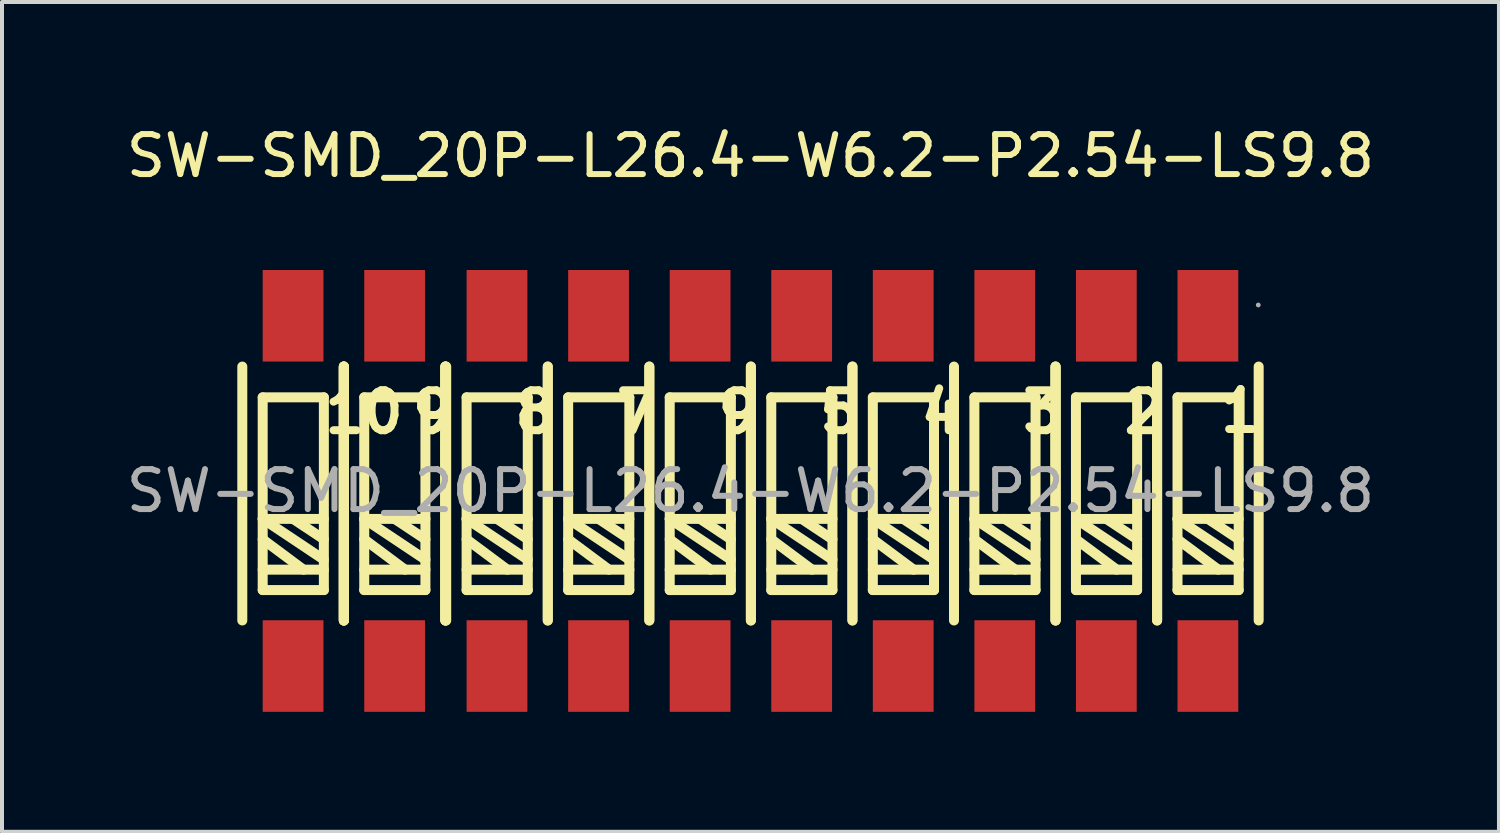
<source format=kicad_pcb>
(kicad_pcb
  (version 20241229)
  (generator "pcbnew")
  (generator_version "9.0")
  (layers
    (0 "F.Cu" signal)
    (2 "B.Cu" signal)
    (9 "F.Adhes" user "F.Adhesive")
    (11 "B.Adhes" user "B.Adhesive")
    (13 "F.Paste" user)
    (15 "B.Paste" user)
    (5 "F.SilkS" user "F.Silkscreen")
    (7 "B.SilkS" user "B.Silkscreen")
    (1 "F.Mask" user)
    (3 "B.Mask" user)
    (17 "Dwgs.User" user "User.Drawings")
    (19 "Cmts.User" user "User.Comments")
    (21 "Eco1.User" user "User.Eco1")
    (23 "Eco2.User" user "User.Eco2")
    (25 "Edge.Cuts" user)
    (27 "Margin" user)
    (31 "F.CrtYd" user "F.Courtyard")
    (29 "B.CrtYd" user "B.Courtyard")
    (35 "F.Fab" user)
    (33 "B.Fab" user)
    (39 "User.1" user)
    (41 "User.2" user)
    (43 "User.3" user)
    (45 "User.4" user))
  (footprint "SW-SMD_20P-L26.4-W6.2-P2.54-LS9.8"
    (layer "F.Cu")
    (at 15.72 9.228)
    (property "Reference" "SW-SMD_20P-L26.4-W6.2-P2.54-LS9.8" (at 0 -8.38 0) (layer "F.SilkS") (effects (font (size 1 1) (thickness 0.15))))
    (attr through_hole)
    (fp_line (start -12.71 3.24) (end -12.71 -3.11) (stroke (width 0.25) (type solid)) (layer "F.SilkS"))
    (fp_line (start -12.2 -2.34) (end -10.67 -2.34) (stroke (width 0.25) (type solid)) (layer "F.SilkS"))
    (fp_line (start -12.2 0.7) (end -10.67 0.7) (stroke (width 0.25) (type solid)) (layer "F.SilkS"))
    (fp_line (start -12.2 1.21) (end -11.18 1.97) (stroke (width 0.25) (type solid)) (layer "F.SilkS"))
    (fp_line (start -12.2 1.97) (end -10.67 1.97) (stroke (width 0.25) (type solid)) (layer "F.SilkS"))
    (fp_line (start -12.2 2.48) (end -12.2 -2.34) (stroke (width 0.25) (type solid)) (layer "F.SilkS"))
    (fp_line (start -11.44 0.7) (end -10.67 1.21) (stroke (width 0.25) (type solid)) (layer "F.SilkS"))
    (fp_line (start -10.67 -2.34) (end -10.67 2.48) (stroke (width 0.25) (type solid)) (layer "F.SilkS"))
    (fp_line (start -10.67 1.72) (end -12.2 0.7) (stroke (width 0.25) (type solid)) (layer "F.SilkS"))
    (fp_line (start -10.67 2.48) (end -12.2 2.48) (stroke (width 0.25) (type solid)) (layer "F.SilkS"))
    (fp_line (start -10.17 -3.11) (end -10.17 3.24) (stroke (width 0.25) (type solid)) (layer "F.SilkS"))
    (fp_line (start -10.17 -3.11) (end -10.17 3.24) (stroke (width 0.25) (type solid)) (layer "F.SilkS"))
    (fp_line (start -10.17 -3.11) (end -10.17 3.24) (stroke (width 0.25) (type solid)) (layer "F.SilkS"))
    (fp_line (start -10.17 3.24) (end -10.17 -3.11) (stroke (width 0.25) (type solid)) (layer "F.SilkS"))
    (fp_line (start -10.17 3.24) (end -10.17 -3.11) (stroke (width 0.25) (type solid)) (layer "F.SilkS"))
    (fp_line (start -9.66 -2.34) (end -9.66 2.48) (stroke (width 0.25) (type solid)) (layer "F.SilkS"))
    (fp_line (start -9.66 0.7) (end -8.13 1.72) (stroke (width 0.25) (type solid)) (layer "F.SilkS"))
    (fp_line (start -9.66 1.21) (end -8.64 1.97) (stroke (width 0.25) (type solid)) (layer "F.SilkS"))
    (fp_line (start -9.66 1.97) (end -8.13 1.97) (stroke (width 0.25) (type solid)) (layer "F.SilkS"))
    (fp_line (start -9.66 2.48) (end -8.13 2.48) (stroke (width 0.25) (type solid)) (layer "F.SilkS"))
    (fp_line (start -8.9 0.7) (end -8.13 1.21) (stroke (width 0.25) (type solid)) (layer "F.SilkS"))
    (fp_line (start -8.13 -2.34) (end -9.66 -2.34) (stroke (width 0.25) (type solid)) (layer "F.SilkS"))
    (fp_line (start -8.13 0.7) (end -9.66 0.7) (stroke (width 0.25) (type solid)) (layer "F.SilkS"))
    (fp_line (start -8.13 2.48) (end -8.13 -2.34) (stroke (width 0.25) (type solid)) (layer "F.SilkS"))
    (fp_line (start -7.63 -3.11) (end -7.63 3.24) (stroke (width 0.25) (type solid)) (layer "F.SilkS"))
    (fp_line (start -7.63 3.24) (end -7.63 -3.11) (stroke (width 0.25) (type solid)) (layer "F.SilkS"))
    (fp_line (start -7.63 3.24) (end -7.63 -3.11) (stroke (width 0.25) (type solid)) (layer "F.SilkS"))
    (fp_line (start -7.63 3.24) (end -7.63 -3.11) (stroke (width 0.25) (type solid)) (layer "F.SilkS"))
    (fp_line (start -7.61 -3.11) (end -7.61 3.24) (stroke (width 0.25) (type solid)) (layer "F.SilkS"))
    (fp_line (start -7.1 -2.34) (end -7.1 2.48) (stroke (width 0.25) (type solid)) (layer "F.SilkS"))
    (fp_line (start -7.1 0.7) (end -5.57 1.72) (stroke (width 0.25) (type solid)) (layer "F.SilkS"))
    (fp_line (start -7.1 1.21) (end -6.08 1.97) (stroke (width 0.25) (type solid)) (layer "F.SilkS"))
    (fp_line (start -7.1 1.97) (end -5.57 1.97) (stroke (width 0.25) (type solid)) (layer "F.SilkS"))
    (fp_line (start -7.1 2.48) (end -5.57 2.48) (stroke (width 0.25) (type solid)) (layer "F.SilkS"))
    (fp_line (start -6.34 0.7) (end -5.57 1.21) (stroke (width 0.25) (type solid)) (layer "F.SilkS"))
    (fp_line (start -5.57 -2.34) (end -7.1 -2.34) (stroke (width 0.25) (type solid)) (layer "F.SilkS"))
    (fp_line (start -5.57 0.7) (end -7.1 0.7) (stroke (width 0.25) (type solid)) (layer "F.SilkS"))
    (fp_line (start -5.57 2.48) (end -5.57 -2.34) (stroke (width 0.25) (type solid)) (layer "F.SilkS"))
    (fp_line (start -5.07 3.24) (end -5.07 -3.11) (stroke (width 0.25) (type solid)) (layer "F.SilkS"))
    (fp_line (start -5.07 3.24) (end -5.07 -3.11) (stroke (width 0.25) (type solid)) (layer "F.SilkS"))
    (fp_line (start -4.56 -2.34) (end -3.03 -2.34) (stroke (width 0.25) (type solid)) (layer "F.SilkS"))
    (fp_line (start -4.56 0.7) (end -3.03 0.7) (stroke (width 0.25) (type solid)) (layer "F.SilkS"))
    (fp_line (start -4.56 1.21) (end -3.54 1.97) (stroke (width 0.25) (type solid)) (layer "F.SilkS"))
    (fp_line (start -4.56 1.97) (end -3.03 1.97) (stroke (width 0.25) (type solid)) (layer "F.SilkS"))
    (fp_line (start -4.56 2.48) (end -4.56 -2.34) (stroke (width 0.25) (type solid)) (layer "F.SilkS"))
    (fp_line (start -3.8 0.7) (end -3.03 1.21) (stroke (width 0.25) (type solid)) (layer "F.SilkS"))
    (fp_line (start -3.03 -2.34) (end -3.03 2.48) (stroke (width 0.25) (type solid)) (layer "F.SilkS"))
    (fp_line (start -3.03 1.72) (end -4.56 0.7) (stroke (width 0.25) (type solid)) (layer "F.SilkS"))
    (fp_line (start -3.03 2.48) (end -4.56 2.48) (stroke (width 0.25) (type solid)) (layer "F.SilkS"))
    (fp_line (start -2.53 -3.11) (end -2.53 3.24) (stroke (width 0.25) (type solid)) (layer "F.SilkS"))
    (fp_line (start -2.53 3.24) (end -2.53 -3.11) (stroke (width 0.25) (type solid)) (layer "F.SilkS"))
    (fp_line (start -2.02 -2.34) (end -2.02 2.48) (stroke (width 0.25) (type solid)) (layer "F.SilkS"))
    (fp_line (start -2.02 0.7) (end -0.49 1.72) (stroke (width 0.25) (type solid)) (layer "F.SilkS"))
    (fp_line (start -2.02 1.21) (end -1 1.97) (stroke (width 0.25) (type solid)) (layer "F.SilkS"))
    (fp_line (start -2.02 1.97) (end -0.49 1.97) (stroke (width 0.25) (type solid)) (layer "F.SilkS"))
    (fp_line (start -2.02 2.48) (end -0.49 2.48) (stroke (width 0.25) (type solid)) (layer "F.SilkS"))
    (fp_line (start -1.26 0.7) (end -0.49 1.21) (stroke (width 0.25) (type solid)) (layer "F.SilkS"))
    (fp_line (start -0.49 -2.34) (end -2.02 -2.34) (stroke (width 0.25) (type solid)) (layer "F.SilkS"))
    (fp_line (start -0.49 0.7) (end -2.02 0.7) (stroke (width 0.25) (type solid)) (layer "F.SilkS"))
    (fp_line (start -0.49 2.48) (end -0.49 -2.34) (stroke (width 0.25) (type solid)) (layer "F.SilkS"))
    (fp_line (start 0.01 -3.11) (end 0.01 3.24) (stroke (width 0.25) (type solid)) (layer "F.SilkS"))
    (fp_line (start 0.01 3.24) (end 0.01 -3.11) (stroke (width 0.25) (type solid)) (layer "F.SilkS"))
    (fp_line (start 0.52 -2.34) (end 2.05 -2.34) (stroke (width 0.25) (type solid)) (layer "F.SilkS"))
    (fp_line (start 0.52 0.7) (end 2.05 0.7) (stroke (width 0.25) (type solid)) (layer "F.SilkS"))
    (fp_line (start 0.52 1.21) (end 1.54 1.97) (stroke (width 0.25) (type solid)) (layer "F.SilkS"))
    (fp_line (start 0.52 1.97) (end 2.05 1.97) (stroke (width 0.25) (type solid)) (layer "F.SilkS"))
    (fp_line (start 0.52 2.48) (end 0.52 -2.34) (stroke (width 0.25) (type solid)) (layer "F.SilkS"))
    (fp_line (start 1.28 0.7) (end 2.05 1.21) (stroke (width 0.25) (type solid)) (layer "F.SilkS"))
    (fp_line (start 2.05 -2.34) (end 2.05 2.48) (stroke (width 0.25) (type solid)) (layer "F.SilkS"))
    (fp_line (start 2.05 1.72) (end 0.52 0.7) (stroke (width 0.25) (type solid)) (layer "F.SilkS"))
    (fp_line (start 2.05 2.48) (end 0.52 2.48) (stroke (width 0.25) (type solid)) (layer "F.SilkS"))
    (fp_line (start 2.55 -3.11) (end 2.55 3.24) (stroke (width 0.25) (type solid)) (layer "F.SilkS"))
    (fp_line (start 2.55 3.24) (end 2.55 -3.11) (stroke (width 0.25) (type solid)) (layer "F.SilkS"))
    (fp_line (start 3.06 -2.34) (end 3.06 2.48) (stroke (width 0.25) (type solid)) (layer "F.SilkS"))
    (fp_line (start 3.06 0.7) (end 4.59 1.72) (stroke (width 0.25) (type solid)) (layer "F.SilkS"))
    (fp_line (start 3.06 1.21) (end 4.08 1.97) (stroke (width 0.25) (type solid)) (layer "F.SilkS"))
    (fp_line (start 3.06 1.97) (end 4.59 1.97) (stroke (width 0.25) (type solid)) (layer "F.SilkS"))
    (fp_line (start 3.06 2.48) (end 4.59 2.48) (stroke (width 0.25) (type solid)) (layer "F.SilkS"))
    (fp_line (start 3.82 0.7) (end 4.59 1.21) (stroke (width 0.25) (type solid)) (layer "F.SilkS"))
    (fp_line (start 4.59 -2.34) (end 3.06 -2.34) (stroke (width 0.25) (type solid)) (layer "F.SilkS"))
    (fp_line (start 4.59 0.7) (end 3.06 0.7) (stroke (width 0.25) (type solid)) (layer "F.SilkS"))
    (fp_line (start 4.59 2.48) (end 4.59 -2.34) (stroke (width 0.25) (type solid)) (layer "F.SilkS"))
    (fp_line (start 5.09 3.24) (end 5.09 -3.11) (stroke (width 0.25) (type solid)) (layer "F.SilkS"))
    (fp_line (start 5.6 -2.34) (end 7.13 -2.34) (stroke (width 0.25) (type solid)) (layer "F.SilkS"))
    (fp_line (start 5.6 0.7) (end 7.13 0.7) (stroke (width 0.25) (type solid)) (layer "F.SilkS"))
    (fp_line (start 5.6 1.21) (end 6.62 1.97) (stroke (width 0.25) (type solid)) (layer "F.SilkS"))
    (fp_line (start 5.6 1.97) (end 7.13 1.97) (stroke (width 0.25) (type solid)) (layer "F.SilkS"))
    (fp_line (start 5.6 2.48) (end 5.6 -2.34) (stroke (width 0.25) (type solid)) (layer "F.SilkS"))
    (fp_line (start 6.36 0.7) (end 7.13 1.21) (stroke (width 0.25) (type solid)) (layer "F.SilkS"))
    (fp_line (start 7.13 -2.34) (end 7.13 2.48) (stroke (width 0.25) (type solid)) (layer "F.SilkS"))
    (fp_line (start 7.13 1.72) (end 5.6 0.7) (stroke (width 0.25) (type solid)) (layer "F.SilkS"))
    (fp_line (start 7.13 2.48) (end 5.6 2.48) (stroke (width 0.25) (type solid)) (layer "F.SilkS"))
    (fp_line (start 7.63 -3.11) (end 7.63 3.24) (stroke (width 0.25) (type solid)) (layer "F.SilkS"))
    (fp_line (start 7.63 3.24) (end 7.63 -3.11) (stroke (width 0.25) (type solid)) (layer "F.SilkS"))
    (fp_line (start 7.63 3.24) (end 7.63 -3.11) (stroke (width 0.25) (type solid)) (layer "F.SilkS"))
    (fp_line (start 8.14 -2.34) (end 8.14 2.48) (stroke (width 0.25) (type solid)) (layer "F.SilkS"))
    (fp_line (start 8.14 0.7) (end 9.67 1.72) (stroke (width 0.25) (type solid)) (layer "F.SilkS"))
    (fp_line (start 8.14 1.21) (end 9.16 1.97) (stroke (width 0.25) (type solid)) (layer "F.SilkS"))
    (fp_line (start 8.14 1.97) (end 9.67 1.97) (stroke (width 0.25) (type solid)) (layer "F.SilkS"))
    (fp_line (start 8.14 2.48) (end 9.67 2.48) (stroke (width 0.25) (type solid)) (layer "F.SilkS"))
    (fp_line (start 8.9 0.7) (end 9.67 1.21) (stroke (width 0.25) (type solid)) (layer "F.SilkS"))
    (fp_line (start 9.67 -2.34) (end 8.14 -2.34) (stroke (width 0.25) (type solid)) (layer "F.SilkS"))
    (fp_line (start 9.67 0.7) (end 8.14 0.7) (stroke (width 0.25) (type solid)) (layer "F.SilkS"))
    (fp_line (start 9.67 2.48) (end 9.67 -2.34) (stroke (width 0.25) (type solid)) (layer "F.SilkS"))
    (fp_line (start 10.17 3.24) (end 10.17 -3.11) (stroke (width 0.25) (type solid)) (layer "F.SilkS"))
    (fp_line (start 10.17 3.24) (end 10.17 -3.11) (stroke (width 0.25) (type solid)) (layer "F.SilkS"))
    (fp_line (start 10.68 -2.34) (end 12.21 -2.34) (stroke (width 0.25) (type solid)) (layer "F.SilkS"))
    (fp_line (start 10.68 0.7) (end 12.21 0.7) (stroke (width 0.25) (type solid)) (layer "F.SilkS"))
    (fp_line (start 10.68 1.21) (end 11.7 1.97) (stroke (width 0.25) (type solid)) (layer "F.SilkS"))
    (fp_line (start 10.68 1.97) (end 12.21 1.97) (stroke (width 0.25) (type solid)) (layer "F.SilkS"))
    (fp_line (start 10.68 2.48) (end 10.68 -2.34) (stroke (width 0.25) (type solid)) (layer "F.SilkS"))
    (fp_line (start 11.44 0.7) (end 12.21 1.21) (stroke (width 0.25) (type solid)) (layer "F.SilkS"))
    (fp_line (start 12.21 -2.34) (end 12.21 2.48) (stroke (width 0.25) (type solid)) (layer "F.SilkS"))
    (fp_line (start 12.21 1.72) (end 10.68 0.7) (stroke (width 0.25) (type solid)) (layer "F.SilkS"))
    (fp_line (start 12.21 2.48) (end 10.68 2.48) (stroke (width 0.25) (type solid)) (layer "F.SilkS"))
    (fp_line (start 12.71 -3.11) (end 12.71 3.24) (stroke (width 0.25) (type solid)) (layer "F.SilkS"))
    (fp_circle (center 12.7 -4.65) (end 12.73 -4.65) (stroke (width 0.06) (type solid)) (fill no) (layer "F.Fab"))
    (fp_text user "1" (at 11.65 -2 180) (layer "F.SilkS") (effects (font (size 1 1) (thickness 0.2)) (justify left)))
    (fp_text user "8" (at -6 -1.97 180) (layer "F.SilkS") (effects (font (size 1 1) (thickness 0.2)) (justify left)))
    (fp_text user "2" (at 9.24 -1.97 180) (layer "F.SilkS") (effects (font (size 1 1) (thickness 0.2)) (justify left)))
    (fp_text user "7" (at -3.46 -1.97 180) (layer "F.SilkS") (effects (font (size 1 1) (thickness 0.2)) (justify left)))
    (fp_text user "10" (at -10.75 -1.97 180) (layer "F.SilkS") (effects (font (size 1 1) (thickness 0.2)) (justify left)))
    (fp_text user "5" (at 1.62 -1.97 180) (layer "F.SilkS") (effects (font (size 1 1) (thickness 0.2)) (justify left)))
    (fp_text user "4" (at 4.16 -1.97 180) (layer "F.SilkS") (effects (font (size 1 1) (thickness 0.2)) (justify left)))
    (fp_text user "9" (at -8.56 -1.97 180) (layer "F.SilkS") (effects (font (size 1 1) (thickness 0.2)) (justify left)))
    (fp_text user "3" (at 6.7 -1.97 180) (layer "F.SilkS") (effects (font (size 1 1) (thickness 0.2)) (justify left)))
    (fp_text user "9" (at -0.92 -1.97 180) (layer "F.SilkS") (effects (font (size 1 1) (thickness 0.2)) (justify left)))
    (fp_text user "${REFERENCE}" (at 0 0 0) (layer "F.Fab") (effects (font (size 1 1) (thickness 0.15))))
    (pad "1" smd rect (at 11.44 -4.38 270) (size 2.29 1.52) (layers "F.Cu" "F.Mask" "F.Paste"))
    (pad "2" smd rect (at 8.9 -4.38 270) (size 2.29 1.52) (layers "F.Cu" "F.Mask" "F.Paste"))
    (pad "3" smd rect (at 6.36 -4.38 270) (size 2.29 1.52) (layers "F.Cu" "F.Mask" "F.Paste"))
    (pad "4" smd rect (at 3.82 -4.38 270) (size 2.29 1.52) (layers "F.Cu" "F.Mask" "F.Paste"))
    (pad "5" smd rect (at 1.28 -4.38 270) (size 2.29 1.52) (layers "F.Cu" "F.Mask" "F.Paste"))
    (pad "6" smd rect (at -1.26 -4.38 270) (size 2.29 1.52) (layers "F.Cu" "F.Mask" "F.Paste"))
    (pad "7" smd rect (at -3.8 -4.38 270) (size 2.29 1.52) (layers "F.Cu" "F.Mask" "F.Paste"))
    (pad "8" smd rect (at -6.34 -4.38 270) (size 2.29 1.52) (layers "F.Cu" "F.Mask" "F.Paste"))
    (pad "9" smd rect (at -8.9 -4.38 270) (size 2.29 1.52) (layers "F.Cu" "F.Mask" "F.Paste"))
    (pad "10" smd rect (at -11.44 -4.38 270) (size 2.29 1.52) (layers "F.Cu" "F.Mask" "F.Paste"))
    (pad "11" smd rect (at -11.44 4.38 270) (size 2.29 1.52) (layers "F.Cu" "F.Mask" "F.Paste"))
    (pad "12" smd rect (at -8.9 4.38 270) (size 2.29 1.52) (layers "F.Cu" "F.Mask" "F.Paste"))
    (pad "13" smd rect (at -6.34 4.38 270) (size 2.29 1.52) (layers "F.Cu" "F.Mask" "F.Paste"))
    (pad "14" smd rect (at -3.8 4.38 270) (size 2.29 1.52) (layers "F.Cu" "F.Mask" "F.Paste"))
    (pad "15" smd rect (at -1.26 4.38 270) (size 2.29 1.52) (layers "F.Cu" "F.Mask" "F.Paste"))
    (pad "16" smd rect (at 1.28 4.38 270) (size 2.29 1.52) (layers "F.Cu" "F.Mask" "F.Paste"))
    (pad "17" smd rect (at 3.82 4.38 270) (size 2.29 1.52) (layers "F.Cu" "F.Mask" "F.Paste"))
    (pad "18" smd rect (at 6.36 4.38 270) (size 2.29 1.52) (layers "F.Cu" "F.Mask" "F.Paste"))
    (pad "19" smd rect (at 8.9 4.38 270) (size 2.29 1.52) (layers "F.Cu" "F.Mask" "F.Paste"))
    (pad "20" smd rect (at 11.44 4.38 270) (size 2.29 1.52) (layers "F.Cu" "F.Mask" "F.Paste")))
  (gr_rect
    (start -3 -3)
    (end 34.44 17.753)
    (stroke (width 0.1) (type default))
    (fill no)
    (layer "Edge.Cuts")))
</source>
